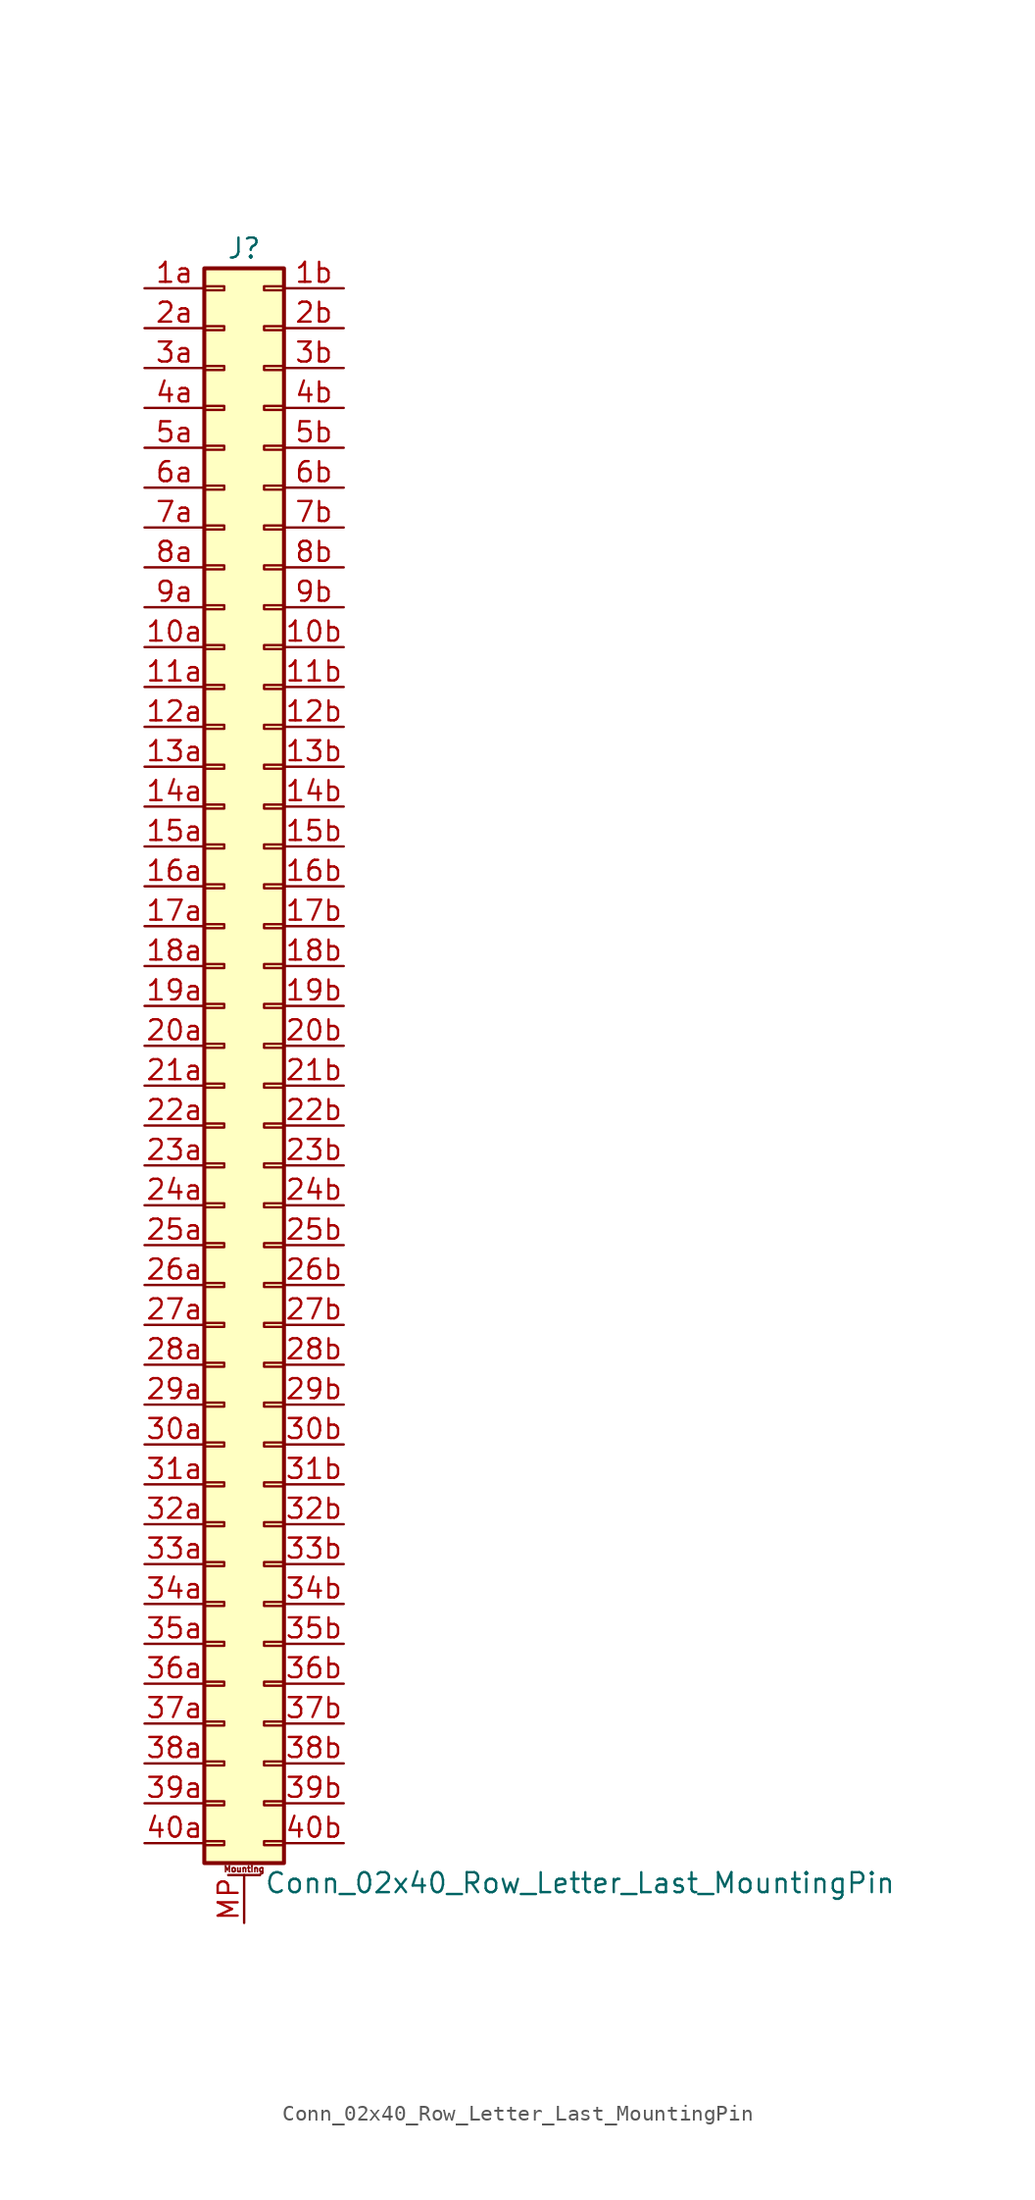
<source format=kicad_sym>
(kicad_symbol_lib
  (version 20220914)
  (generator kicad_symbol_editor)
  (symbol "Conn_02x40_Row_Letter_Last_MountingPin"
    (pin_names
      (offset 1.016) hide)
    (property "Reference" "J"
      (at 1.27 50.8 0)
      (effects (font (size 1.27 1.27))))
    (property "Value" "Conn_02x40_Row_Letter_Last_MountingPin"
      (at 2.54 -53.34 0)
      (effects (font (size 1.27 1.27)) (justify left)))
    (symbol "Conn_02x40_Row_Letter_Last_MountingPin_1_1"
      (rectangle (start -1.27 -50.673) (end 0 -50.927) (stroke (width 0.152) (type default)) (fill (type none)))
      (rectangle (start -1.27 -48.133) (end 0 -48.387) (stroke (width 0.152) (type default)) (fill (type none)))
      (rectangle (start -1.27 -45.593) (end 0 -45.847) (stroke (width 0.152) (type default)) (fill (type none)))
      (rectangle (start -1.27 -43.053) (end 0 -43.307) (stroke (width 0.152) (type default)) (fill (type none)))
      (rectangle (start -1.27 -40.513) (end 0 -40.767) (stroke (width 0.152) (type default)) (fill (type none)))
      (rectangle (start -1.27 -37.973) (end 0 -38.227) (stroke (width 0.152) (type default)) (fill (type none)))
      (rectangle (start -1.27 -35.433) (end 0 -35.687) (stroke (width 0.152) (type default)) (fill (type none)))
      (rectangle (start -1.27 -32.893) (end 0 -33.147) (stroke (width 0.152) (type default)) (fill (type none)))
      (rectangle (start -1.27 -30.353) (end 0 -30.607) (stroke (width 0.152) (type default)) (fill (type none)))
      (rectangle (start -1.27 -27.813) (end 0 -28.067) (stroke (width 0.152) (type default)) (fill (type none)))
      (rectangle (start -1.27 -25.273) (end 0 -25.527) (stroke (width 0.152) (type default)) (fill (type none)))
      (rectangle (start -1.27 -22.733) (end 0 -22.987) (stroke (width 0.152) (type default)) (fill (type none)))
      (rectangle (start -1.27 -20.193) (end 0 -20.447) (stroke (width 0.152) (type default)) (fill (type none)))
      (rectangle (start -1.27 -17.653) (end 0 -17.907) (stroke (width 0.152) (type default)) (fill (type none)))
      (rectangle (start -1.27 -15.113) (end 0 -15.367) (stroke (width 0.152) (type default)) (fill (type none)))
      (rectangle (start -1.27 -12.573) (end 0 -12.827) (stroke (width 0.152) (type default)) (fill (type none)))
      (rectangle (start -1.27 -10.033) (end 0 -10.287) (stroke (width 0.152) (type default)) (fill (type none)))
      (rectangle (start -1.27 -7.493) (end 0 -7.747) (stroke (width 0.152) (type default)) (fill (type none)))
      (rectangle (start -1.27 -4.953) (end 0 -5.207) (stroke (width 0.152) (type default)) (fill (type none)))
      (rectangle (start -1.27 -2.413) (end 0 -2.667) (stroke (width 0.152) (type default)) (fill (type none)))
      (rectangle (start -1.27 0.127) (end 0 -0.127) (stroke (width 0.152) (type default)) (fill (type none)))
      (rectangle (start -1.27 2.667) (end 0 2.413) (stroke (width 0.152) (type default)) (fill (type none)))
      (rectangle (start -1.27 5.207) (end 0 4.953) (stroke (width 0.152) (type default)) (fill (type none)))
      (rectangle (start -1.27 7.747) (end 0 7.493) (stroke (width 0.152) (type default)) (fill (type none)))
      (rectangle (start -1.27 10.287) (end 0 10.033) (stroke (width 0.152) (type default)) (fill (type none)))
      (rectangle (start -1.27 12.827) (end 0 12.573) (stroke (width 0.152) (type default)) (fill (type none)))
      (rectangle (start -1.27 15.367) (end 0 15.113) (stroke (width 0.152) (type default)) (fill (type none)))
      (rectangle (start -1.27 17.907) (end 0 17.653) (stroke (width 0.152) (type default)) (fill (type none)))
      (rectangle (start -1.27 20.447) (end 0 20.193) (stroke (width 0.152) (type default)) (fill (type none)))
      (rectangle (start -1.27 22.987) (end 0 22.733) (stroke (width 0.152) (type default)) (fill (type none)))
      (rectangle (start -1.27 25.527) (end 0 25.273) (stroke (width 0.152) (type default)) (fill (type none)))
      (rectangle (start -1.27 28.067) (end 0 27.813) (stroke (width 0.152) (type default)) (fill (type none)))
      (rectangle (start -1.27 30.607) (end 0 30.353) (stroke (width 0.152) (type default)) (fill (type none)))
      (rectangle (start -1.27 33.147) (end 0 32.893) (stroke (width 0.152) (type default)) (fill (type none)))
      (rectangle (start -1.27 35.687) (end 0 35.433) (stroke (width 0.152) (type default)) (fill (type none)))
      (rectangle (start -1.27 38.227) (end 0 37.973) (stroke (width 0.152) (type default)) (fill (type none)))
      (rectangle (start -1.27 40.767) (end 0 40.513) (stroke (width 0.152) (type default)) (fill (type none)))
      (rectangle (start -1.27 43.307) (end 0 43.053) (stroke (width 0.152) (type default)) (fill (type none)))
      (rectangle (start -1.27 45.847) (end 0 45.593) (stroke (width 0.152) (type default)) (fill (type none)))
      (rectangle (start -1.27 48.387) (end 0 48.133) (stroke (width 0.152) (type default)) (fill (type none)))
      (rectangle (start -1.27 49.53) (end 3.81 -52.07) (stroke (width 0.254) (type default)) (fill (type background)))
      (polyline (pts (xy 0.254 -52.832) (xy 2.286 -52.832)) (stroke (width 0.152) (type default)) (fill (type none)))
      (rectangle (start 3.81 -50.673) (end 2.54 -50.927) (stroke (width 0.152) (type default)) (fill (type none)))
      (rectangle (start 3.81 -48.133) (end 2.54 -48.387) (stroke (width 0.152) (type default)) (fill (type none)))
      (rectangle (start 3.81 -45.593) (end 2.54 -45.847) (stroke (width 0.152) (type default)) (fill (type none)))
      (rectangle (start 3.81 -43.053) (end 2.54 -43.307) (stroke (width 0.152) (type default)) (fill (type none)))
      (rectangle (start 3.81 -40.513) (end 2.54 -40.767) (stroke (width 0.152) (type default)) (fill (type none)))
      (rectangle (start 3.81 -37.973) (end 2.54 -38.227) (stroke (width 0.152) (type default)) (fill (type none)))
      (rectangle (start 3.81 -35.433) (end 2.54 -35.687) (stroke (width 0.152) (type default)) (fill (type none)))
      (rectangle (start 3.81 -32.893) (end 2.54 -33.147) (stroke (width 0.152) (type default)) (fill (type none)))
      (rectangle (start 3.81 -30.353) (end 2.54 -30.607) (stroke (width 0.152) (type default)) (fill (type none)))
      (rectangle (start 3.81 -27.813) (end 2.54 -28.067) (stroke (width 0.152) (type default)) (fill (type none)))
      (rectangle (start 3.81 -25.273) (end 2.54 -25.527) (stroke (width 0.152) (type default)) (fill (type none)))
      (rectangle (start 3.81 -22.733) (end 2.54 -22.987) (stroke (width 0.152) (type default)) (fill (type none)))
      (rectangle (start 3.81 -20.193) (end 2.54 -20.447) (stroke (width 0.152) (type default)) (fill (type none)))
      (rectangle (start 3.81 -17.653) (end 2.54 -17.907) (stroke (width 0.152) (type default)) (fill (type none)))
      (rectangle (start 3.81 -15.113) (end 2.54 -15.367) (stroke (width 0.152) (type default)) (fill (type none)))
      (rectangle (start 3.81 -12.573) (end 2.54 -12.827) (stroke (width 0.152) (type default)) (fill (type none)))
      (rectangle (start 3.81 -10.033) (end 2.54 -10.287) (stroke (width 0.152) (type default)) (fill (type none)))
      (rectangle (start 3.81 -7.493) (end 2.54 -7.747) (stroke (width 0.152) (type default)) (fill (type none)))
      (rectangle (start 3.81 -4.953) (end 2.54 -5.207) (stroke (width 0.152) (type default)) (fill (type none)))
      (rectangle (start 3.81 -2.413) (end 2.54 -2.667) (stroke (width 0.152) (type default)) (fill (type none)))
      (rectangle (start 3.81 0.127) (end 2.54 -0.127) (stroke (width 0.152) (type default)) (fill (type none)))
      (rectangle (start 3.81 2.667) (end 2.54 2.413) (stroke (width 0.152) (type default)) (fill (type none)))
      (rectangle (start 3.81 5.207) (end 2.54 4.953) (stroke (width 0.152) (type default)) (fill (type none)))
      (rectangle (start 3.81 7.747) (end 2.54 7.493) (stroke (width 0.152) (type default)) (fill (type none)))
      (rectangle (start 3.81 10.287) (end 2.54 10.033) (stroke (width 0.152) (type default)) (fill (type none)))
      (rectangle (start 3.81 12.827) (end 2.54 12.573) (stroke (width 0.152) (type default)) (fill (type none)))
      (rectangle (start 3.81 15.367) (end 2.54 15.113) (stroke (width 0.152) (type default)) (fill (type none)))
      (rectangle (start 3.81 17.907) (end 2.54 17.653) (stroke (width 0.152) (type default)) (fill (type none)))
      (rectangle (start 3.81 20.447) (end 2.54 20.193) (stroke (width 0.152) (type default)) (fill (type none)))
      (rectangle (start 3.81 22.987) (end 2.54 22.733) (stroke (width 0.152) (type default)) (fill (type none)))
      (rectangle (start 3.81 25.527) (end 2.54 25.273) (stroke (width 0.152) (type default)) (fill (type none)))
      (rectangle (start 3.81 28.067) (end 2.54 27.813) (stroke (width 0.152) (type default)) (fill (type none)))
      (rectangle (start 3.81 30.607) (end 2.54 30.353) (stroke (width 0.152) (type default)) (fill (type none)))
      (rectangle (start 3.81 33.147) (end 2.54 32.893) (stroke (width 0.152) (type default)) (fill (type none)))
      (rectangle (start 3.81 35.687) (end 2.54 35.433) (stroke (width 0.152) (type default)) (fill (type none)))
      (rectangle (start 3.81 38.227) (end 2.54 37.973) (stroke (width 0.152) (type default)) (fill (type none)))
      (rectangle (start 3.81 40.767) (end 2.54 40.513) (stroke (width 0.152) (type default)) (fill (type none)))
      (rectangle (start 3.81 43.307) (end 2.54 43.053) (stroke (width 0.152) (type default)) (fill (type none)))
      (rectangle (start 3.81 45.847) (end 2.54 45.593) (stroke (width 0.152) (type default)) (fill (type none)))
      (rectangle (start 3.81 48.387) (end 2.54 48.133) (stroke (width 0.152) (type default)) (fill (type none)))
      (text "Mounting" (at 1.27 -52.451 0) (effects (font (size 0.381 0.381))))
      (pin passive line (at -5.08 25.4 0) (length 3.81) (name "Pin_10a" (effects (font (size 1.27 1.27)))) (number "10a" (effects (font (size 1.27 1.27)))))
      (pin passive line (at 7.62 25.4 180) (length 3.81) (name "Pin_10b" (effects (font (size 1.27 1.27)))) (number "10b" (effects (font (size 1.27 1.27)))))
      (pin passive line (at -5.08 22.86 0) (length 3.81) (name "Pin_11a" (effects (font (size 1.27 1.27)))) (number "11a" (effects (font (size 1.27 1.27)))))
      (pin passive line (at 7.62 22.86 180) (length 3.81) (name "Pin_11b" (effects (font (size 1.27 1.27)))) (number "11b" (effects (font (size 1.27 1.27)))))
      (pin passive line (at -5.08 20.32 0) (length 3.81) (name "Pin_12a" (effects (font (size 1.27 1.27)))) (number "12a" (effects (font (size 1.27 1.27)))))
      (pin passive line (at 7.62 20.32 180) (length 3.81) (name "Pin_12b" (effects (font (size 1.27 1.27)))) (number "12b" (effects (font (size 1.27 1.27)))))
      (pin passive line (at -5.08 17.78 0) (length 3.81) (name "Pin_13a" (effects (font (size 1.27 1.27)))) (number "13a" (effects (font (size 1.27 1.27)))))
      (pin passive line (at 7.62 17.78 180) (length 3.81) (name "Pin_13b" (effects (font (size 1.27 1.27)))) (number "13b" (effects (font (size 1.27 1.27)))))
      (pin passive line (at -5.08 15.24 0) (length 3.81) (name "Pin_14a" (effects (font (size 1.27 1.27)))) (number "14a" (effects (font (size 1.27 1.27)))))
      (pin passive line (at 7.62 15.24 180) (length 3.81) (name "Pin_14b" (effects (font (size 1.27 1.27)))) (number "14b" (effects (font (size 1.27 1.27)))))
      (pin passive line (at -5.08 12.7 0) (length 3.81) (name "Pin_15a" (effects (font (size 1.27 1.27)))) (number "15a" (effects (font (size 1.27 1.27)))))
      (pin passive line (at 7.62 12.7 180) (length 3.81) (name "Pin_15b" (effects (font (size 1.27 1.27)))) (number "15b" (effects (font (size 1.27 1.27)))))
      (pin passive line (at -5.08 10.16 0) (length 3.81) (name "Pin_16a" (effects (font (size 1.27 1.27)))) (number "16a" (effects (font (size 1.27 1.27)))))
      (pin passive line (at 7.62 10.16 180) (length 3.81) (name "Pin_16b" (effects (font (size 1.27 1.27)))) (number "16b" (effects (font (size 1.27 1.27)))))
      (pin passive line (at -5.08 7.62 0) (length 3.81) (name "Pin_17a" (effects (font (size 1.27 1.27)))) (number "17a" (effects (font (size 1.27 1.27)))))
      (pin passive line (at 7.62 7.62 180) (length 3.81) (name "Pin_17b" (effects (font (size 1.27 1.27)))) (number "17b" (effects (font (size 1.27 1.27)))))
      (pin passive line (at -5.08 5.08 0) (length 3.81) (name "Pin_18a" (effects (font (size 1.27 1.27)))) (number "18a" (effects (font (size 1.27 1.27)))))
      (pin passive line (at 7.62 5.08 180) (length 3.81) (name "Pin_18b" (effects (font (size 1.27 1.27)))) (number "18b" (effects (font (size 1.27 1.27)))))
      (pin passive line (at -5.08 2.54 0) (length 3.81) (name "Pin_19a" (effects (font (size 1.27 1.27)))) (number "19a" (effects (font (size 1.27 1.27)))))
      (pin passive line (at 7.62 2.54 180) (length 3.81) (name "Pin_19b" (effects (font (size 1.27 1.27)))) (number "19b" (effects (font (size 1.27 1.27)))))
      (pin passive line (at -5.08 48.26 0) (length 3.81) (name "Pin_1a" (effects (font (size 1.27 1.27)))) (number "1a" (effects (font (size 1.27 1.27)))))
      (pin passive line (at 7.62 48.26 180) (length 3.81) (name "Pin_1b" (effects (font (size 1.27 1.27)))) (number "1b" (effects (font (size 1.27 1.27)))))
      (pin passive line (at -5.08 0 0) (length 3.81) (name "Pin_20a" (effects (font (size 1.27 1.27)))) (number "20a" (effects (font (size 1.27 1.27)))))
      (pin passive line (at 7.62 0 180) (length 3.81) (name "Pin_20b" (effects (font (size 1.27 1.27)))) (number "20b" (effects (font (size 1.27 1.27)))))
      (pin passive line (at -5.08 -2.54 0) (length 3.81) (name "Pin_21a" (effects (font (size 1.27 1.27)))) (number "21a" (effects (font (size 1.27 1.27)))))
      (pin passive line (at 7.62 -2.54 180) (length 3.81) (name "Pin_21b" (effects (font (size 1.27 1.27)))) (number "21b" (effects (font (size 1.27 1.27)))))
      (pin passive line (at -5.08 -5.08 0) (length 3.81) (name "Pin_22a" (effects (font (size 1.27 1.27)))) (number "22a" (effects (font (size 1.27 1.27)))))
      (pin passive line (at 7.62 -5.08 180) (length 3.81) (name "Pin_22b" (effects (font (size 1.27 1.27)))) (number "22b" (effects (font (size 1.27 1.27)))))
      (pin passive line (at -5.08 -7.62 0) (length 3.81) (name "Pin_23a" (effects (font (size 1.27 1.27)))) (number "23a" (effects (font (size 1.27 1.27)))))
      (pin passive line (at 7.62 -7.62 180) (length 3.81) (name "Pin_23b" (effects (font (size 1.27 1.27)))) (number "23b" (effects (font (size 1.27 1.27)))))
      (pin passive line (at -5.08 -10.16 0) (length 3.81) (name "Pin_24a" (effects (font (size 1.27 1.27)))) (number "24a" (effects (font (size 1.27 1.27)))))
      (pin passive line (at 7.62 -10.16 180) (length 3.81) (name "Pin_24b" (effects (font (size 1.27 1.27)))) (number "24b" (effects (font (size 1.27 1.27)))))
      (pin passive line (at -5.08 -12.7 0) (length 3.81) (name "Pin_25a" (effects (font (size 1.27 1.27)))) (number "25a" (effects (font (size 1.27 1.27)))))
      (pin passive line (at 7.62 -12.7 180) (length 3.81) (name "Pin_25b" (effects (font (size 1.27 1.27)))) (number "25b" (effects (font (size 1.27 1.27)))))
      (pin passive line (at -5.08 -15.24 0) (length 3.81) (name "Pin_26a" (effects (font (size 1.27 1.27)))) (number "26a" (effects (font (size 1.27 1.27)))))
      (pin passive line (at 7.62 -15.24 180) (length 3.81) (name "Pin_26b" (effects (font (size 1.27 1.27)))) (number "26b" (effects (font (size 1.27 1.27)))))
      (pin passive line (at -5.08 -17.78 0) (length 3.81) (name "Pin_27a" (effects (font (size 1.27 1.27)))) (number "27a" (effects (font (size 1.27 1.27)))))
      (pin passive line (at 7.62 -17.78 180) (length 3.81) (name "Pin_27b" (effects (font (size 1.27 1.27)))) (number "27b" (effects (font (size 1.27 1.27)))))
      (pin passive line (at -5.08 -20.32 0) (length 3.81) (name "Pin_28a" (effects (font (size 1.27 1.27)))) (number "28a" (effects (font (size 1.27 1.27)))))
      (pin passive line (at 7.62 -20.32 180) (length 3.81) (name "Pin_28b" (effects (font (size 1.27 1.27)))) (number "28b" (effects (font (size 1.27 1.27)))))
      (pin passive line (at -5.08 -22.86 0) (length 3.81) (name "Pin_29a" (effects (font (size 1.27 1.27)))) (number "29a" (effects (font (size 1.27 1.27)))))
      (pin passive line (at 7.62 -22.86 180) (length 3.81) (name "Pin_29b" (effects (font (size 1.27 1.27)))) (number "29b" (effects (font (size 1.27 1.27)))))
      (pin passive line (at -5.08 45.72 0) (length 3.81) (name "Pin_2a" (effects (font (size 1.27 1.27)))) (number "2a" (effects (font (size 1.27 1.27)))))
      (pin passive line (at 7.62 45.72 180) (length 3.81) (name "Pin_2b" (effects (font (size 1.27 1.27)))) (number "2b" (effects (font (size 1.27 1.27)))))
      (pin passive line (at -5.08 -25.4 0) (length 3.81) (name "Pin_30a" (effects (font (size 1.27 1.27)))) (number "30a" (effects (font (size 1.27 1.27)))))
      (pin passive line (at 7.62 -25.4 180) (length 3.81) (name "Pin_30b" (effects (font (size 1.27 1.27)))) (number "30b" (effects (font (size 1.27 1.27)))))
      (pin passive line (at -5.08 -27.94 0) (length 3.81) (name "Pin_31a" (effects (font (size 1.27 1.27)))) (number "31a" (effects (font (size 1.27 1.27)))))
      (pin passive line (at 7.62 -27.94 180) (length 3.81) (name "Pin_31b" (effects (font (size 1.27 1.27)))) (number "31b" (effects (font (size 1.27 1.27)))))
      (pin passive line (at -5.08 -30.48 0) (length 3.81) (name "Pin_32a" (effects (font (size 1.27 1.27)))) (number "32a" (effects (font (size 1.27 1.27)))))
      (pin passive line (at 7.62 -30.48 180) (length 3.81) (name "Pin_32b" (effects (font (size 1.27 1.27)))) (number "32b" (effects (font (size 1.27 1.27)))))
      (pin passive line (at -5.08 -33.02 0) (length 3.81) (name "Pin_33a" (effects (font (size 1.27 1.27)))) (number "33a" (effects (font (size 1.27 1.27)))))
      (pin passive line (at 7.62 -33.02 180) (length 3.81) (name "Pin_33b" (effects (font (size 1.27 1.27)))) (number "33b" (effects (font (size 1.27 1.27)))))
      (pin passive line (at -5.08 -35.56 0) (length 3.81) (name "Pin_34a" (effects (font (size 1.27 1.27)))) (number "34a" (effects (font (size 1.27 1.27)))))
      (pin passive line (at 7.62 -35.56 180) (length 3.81) (name "Pin_34b" (effects (font (size 1.27 1.27)))) (number "34b" (effects (font (size 1.27 1.27)))))
      (pin passive line (at -5.08 -38.1 0) (length 3.81) (name "Pin_35a" (effects (font (size 1.27 1.27)))) (number "35a" (effects (font (size 1.27 1.27)))))
      (pin passive line (at 7.62 -38.1 180) (length 3.81) (name "Pin_35b" (effects (font (size 1.27 1.27)))) (number "35b" (effects (font (size 1.27 1.27)))))
      (pin passive line (at -5.08 -40.64 0) (length 3.81) (name "Pin_36a" (effects (font (size 1.27 1.27)))) (number "36a" (effects (font (size 1.27 1.27)))))
      (pin passive line (at 7.62 -40.64 180) (length 3.81) (name "Pin_36b" (effects (font (size 1.27 1.27)))) (number "36b" (effects (font (size 1.27 1.27)))))
      (pin passive line (at -5.08 -43.18 0) (length 3.81) (name "Pin_37a" (effects (font (size 1.27 1.27)))) (number "37a" (effects (font (size 1.27 1.27)))))
      (pin passive line (at 7.62 -43.18 180) (length 3.81) (name "Pin_37b" (effects (font (size 1.27 1.27)))) (number "37b" (effects (font (size 1.27 1.27)))))
      (pin passive line (at -5.08 -45.72 0) (length 3.81) (name "Pin_38a" (effects (font (size 1.27 1.27)))) (number "38a" (effects (font (size 1.27 1.27)))))
      (pin passive line (at 7.62 -45.72 180) (length 3.81) (name "Pin_38b" (effects (font (size 1.27 1.27)))) (number "38b" (effects (font (size 1.27 1.27)))))
      (pin passive line (at -5.08 -48.26 0) (length 3.81) (name "Pin_39a" (effects (font (size 1.27 1.27)))) (number "39a" (effects (font (size 1.27 1.27)))))
      (pin passive line (at 7.62 -48.26 180) (length 3.81) (name "Pin_39b" (effects (font (size 1.27 1.27)))) (number "39b" (effects (font (size 1.27 1.27)))))
      (pin passive line (at -5.08 43.18 0) (length 3.81) (name "Pin_3a" (effects (font (size 1.27 1.27)))) (number "3a" (effects (font (size 1.27 1.27)))))
      (pin passive line (at 7.62 43.18 180) (length 3.81) (name "Pin_3b" (effects (font (size 1.27 1.27)))) (number "3b" (effects (font (size 1.27 1.27)))))
      (pin passive line (at -5.08 -50.8 0) (length 3.81) (name "Pin_40a" (effects (font (size 1.27 1.27)))) (number "40a" (effects (font (size 1.27 1.27)))))
      (pin passive line (at 7.62 -50.8 180) (length 3.81) (name "Pin_40b" (effects (font (size 1.27 1.27)))) (number "40b" (effects (font (size 1.27 1.27)))))
      (pin passive line (at -5.08 40.64 0) (length 3.81) (name "Pin_4a" (effects (font (size 1.27 1.27)))) (number "4a" (effects (font (size 1.27 1.27)))))
      (pin passive line (at 7.62 40.64 180) (length 3.81) (name "Pin_4b" (effects (font (size 1.27 1.27)))) (number "4b" (effects (font (size 1.27 1.27)))))
      (pin passive line (at -5.08 38.1 0) (length 3.81) (name "Pin_5a" (effects (font (size 1.27 1.27)))) (number "5a" (effects (font (size 1.27 1.27)))))
      (pin passive line (at 7.62 38.1 180) (length 3.81) (name "Pin_5b" (effects (font (size 1.27 1.27)))) (number "5b" (effects (font (size 1.27 1.27)))))
      (pin passive line (at -5.08 35.56 0) (length 3.81) (name "Pin_6a" (effects (font (size 1.27 1.27)))) (number "6a" (effects (font (size 1.27 1.27)))))
      (pin passive line (at 7.62 35.56 180) (length 3.81) (name "Pin_6b" (effects (font (size 1.27 1.27)))) (number "6b" (effects (font (size 1.27 1.27)))))
      (pin passive line (at -5.08 33.02 0) (length 3.81) (name "Pin_7a" (effects (font (size 1.27 1.27)))) (number "7a" (effects (font (size 1.27 1.27)))))
      (pin passive line (at 7.62 33.02 180) (length 3.81) (name "Pin_7b" (effects (font (size 1.27 1.27)))) (number "7b" (effects (font (size 1.27 1.27)))))
      (pin passive line (at -5.08 30.48 0) (length 3.81) (name "Pin_8a" (effects (font (size 1.27 1.27)))) (number "8a" (effects (font (size 1.27 1.27)))))
      (pin passive line (at 7.62 30.48 180) (length 3.81) (name "Pin_8b" (effects (font (size 1.27 1.27)))) (number "8b" (effects (font (size 1.27 1.27)))))
      (pin passive line (at -5.08 27.94 0) (length 3.81) (name "Pin_9a" (effects (font (size 1.27 1.27)))) (number "9a" (effects (font (size 1.27 1.27)))))
      (pin passive line (at 7.62 27.94 180) (length 3.81) (name "Pin_9b" (effects (font (size 1.27 1.27)))) (number "9b" (effects (font (size 1.27 1.27)))))
      (pin passive line (at 1.27 -55.88 90) (length 3.048) (name "MountPin" (effects (font (size 1.27 1.27)))) (number "MP" (effects (font (size 1.27 1.27))))))))
</source>
